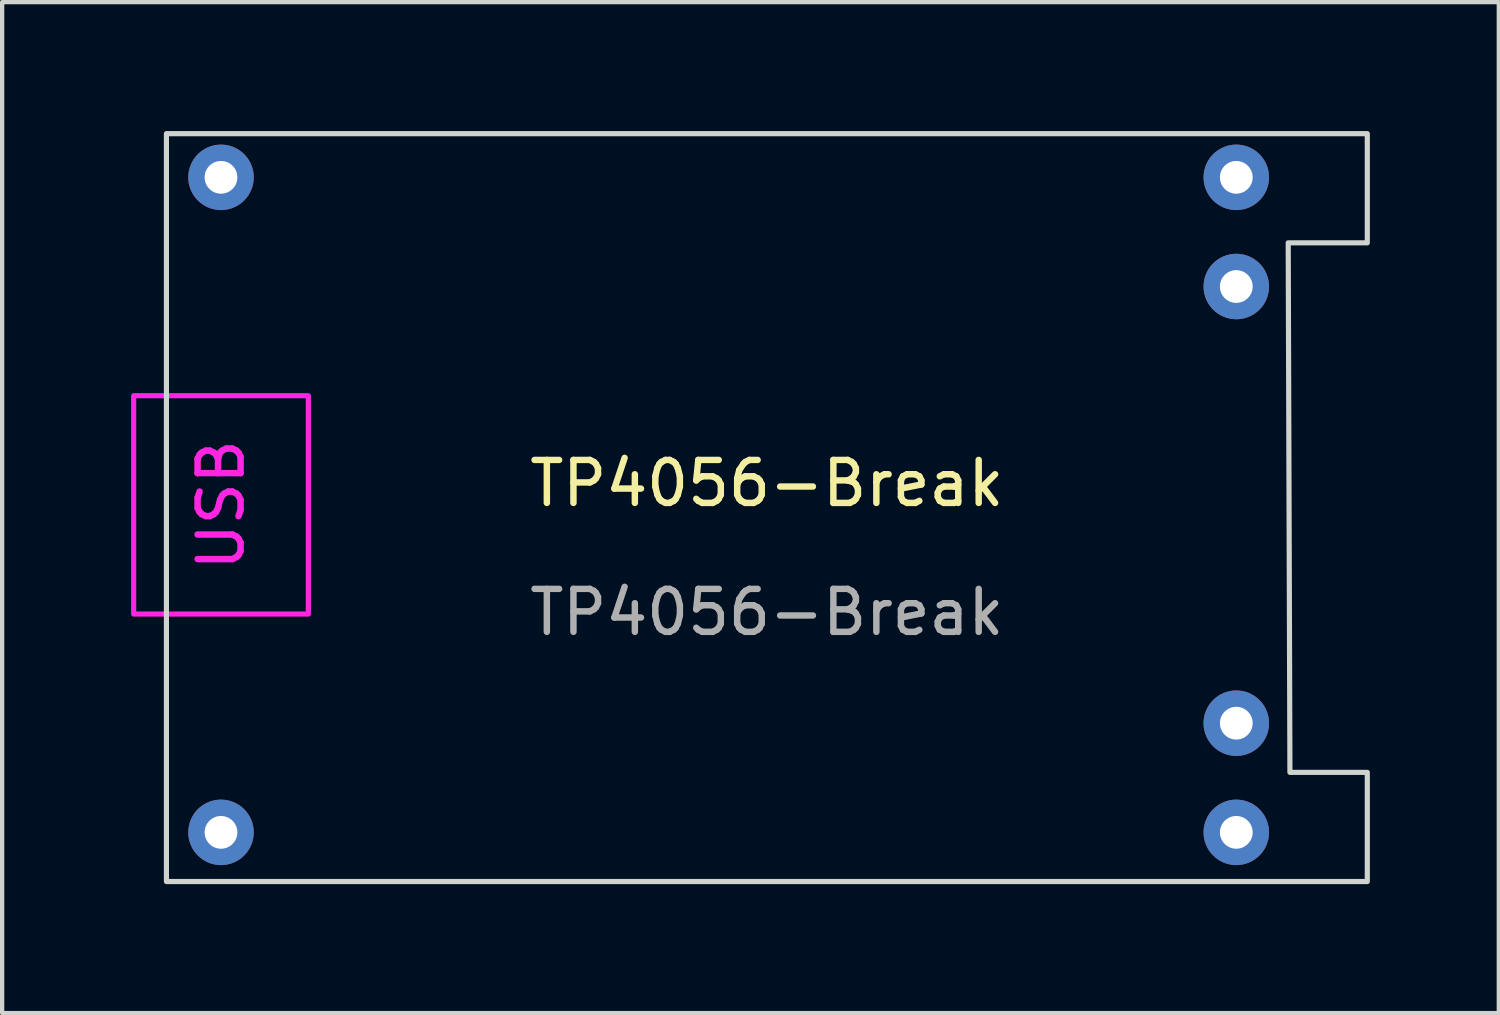
<source format=kicad_pcb>
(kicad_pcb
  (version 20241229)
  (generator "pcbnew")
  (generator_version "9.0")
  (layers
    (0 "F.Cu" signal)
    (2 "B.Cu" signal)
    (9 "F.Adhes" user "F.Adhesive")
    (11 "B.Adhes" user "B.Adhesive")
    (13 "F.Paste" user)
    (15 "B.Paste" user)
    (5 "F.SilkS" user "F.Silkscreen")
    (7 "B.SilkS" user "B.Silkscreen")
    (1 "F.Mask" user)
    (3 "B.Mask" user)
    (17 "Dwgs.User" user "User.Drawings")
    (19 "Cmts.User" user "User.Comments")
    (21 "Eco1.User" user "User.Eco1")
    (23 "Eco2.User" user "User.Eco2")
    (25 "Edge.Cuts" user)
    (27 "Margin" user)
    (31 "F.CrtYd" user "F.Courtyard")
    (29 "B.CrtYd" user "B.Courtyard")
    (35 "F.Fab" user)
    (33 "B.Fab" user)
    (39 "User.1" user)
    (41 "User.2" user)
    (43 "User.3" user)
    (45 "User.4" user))
  (footprint "TP4056-Break"
    (layer "F.Cu")
    (at 14.792 8.696)
    (property "Reference" "TP4056-Break" (at 0 -0.5 0) (unlocked yes) (layer "F.SilkS") (effects (font (size 1 1) (thickness 0.15))))
    (attr through_hole)
    (fp_poly (pts (xy -13.97 -8.636) (xy -13.97 8.764) (xy 13.97 8.764) (xy 13.97 6.224) (xy 12.17 6.224) (xy 12.13 -6.096) (xy 13.97 -6.096) (xy 13.97 -8.636)) (stroke (width 0.12) (type solid)) (fill no) (layer "Edge.Cuts"))
    (fp_rect (start -14.732 -2.54) (end -10.668 2.54) (stroke (width 0.12) (type solid)) (fill no) (layer "F.CrtYd"))
    (fp_text user "USB" (at -12.7 0 90) (unlocked yes) (layer "F.CrtYd") (effects (font (size 1 1) (thickness 0.15))))
    (fp_text user "${REFERENCE}" (at 0 2.5 0) (unlocked yes) (layer "F.Fab") (effects (font (size 1 1) (thickness 0.15))))
    (pad "1" thru_hole circle (at -12.7 -7.62) (size 1.524 1.524) (drill 0.762) (layers "*.Cu" "*.Mask"))
    (pad "2" thru_hole circle (at -12.7 7.62) (size 1.524 1.524) (drill 0.762) (layers "*.Cu" "*.Mask"))
    (pad "3" thru_hole circle (at 10.922 7.62) (size 1.524 1.524) (drill 0.762) (layers "*.Cu" "*.Mask"))
    (pad "4" thru_hole circle (at 10.922 5.08) (size 1.524 1.524) (drill 0.762) (layers "*.Cu" "*.Mask"))
    (pad "5" thru_hole circle (at 10.922 -5.08) (size 1.524 1.524) (drill 0.762) (layers "*.Cu" "*.Mask"))
    (pad "6" thru_hole circle (at 10.922 -7.62) (size 1.524 1.524) (drill 0.762) (layers "*.Cu" "*.Mask")))
  (gr_rect
    (start -3 -3)
    (end 31.822 20.52)
    (stroke (width 0.1) (type default))
    (fill no)
    (layer "Edge.Cuts")))
</source>
